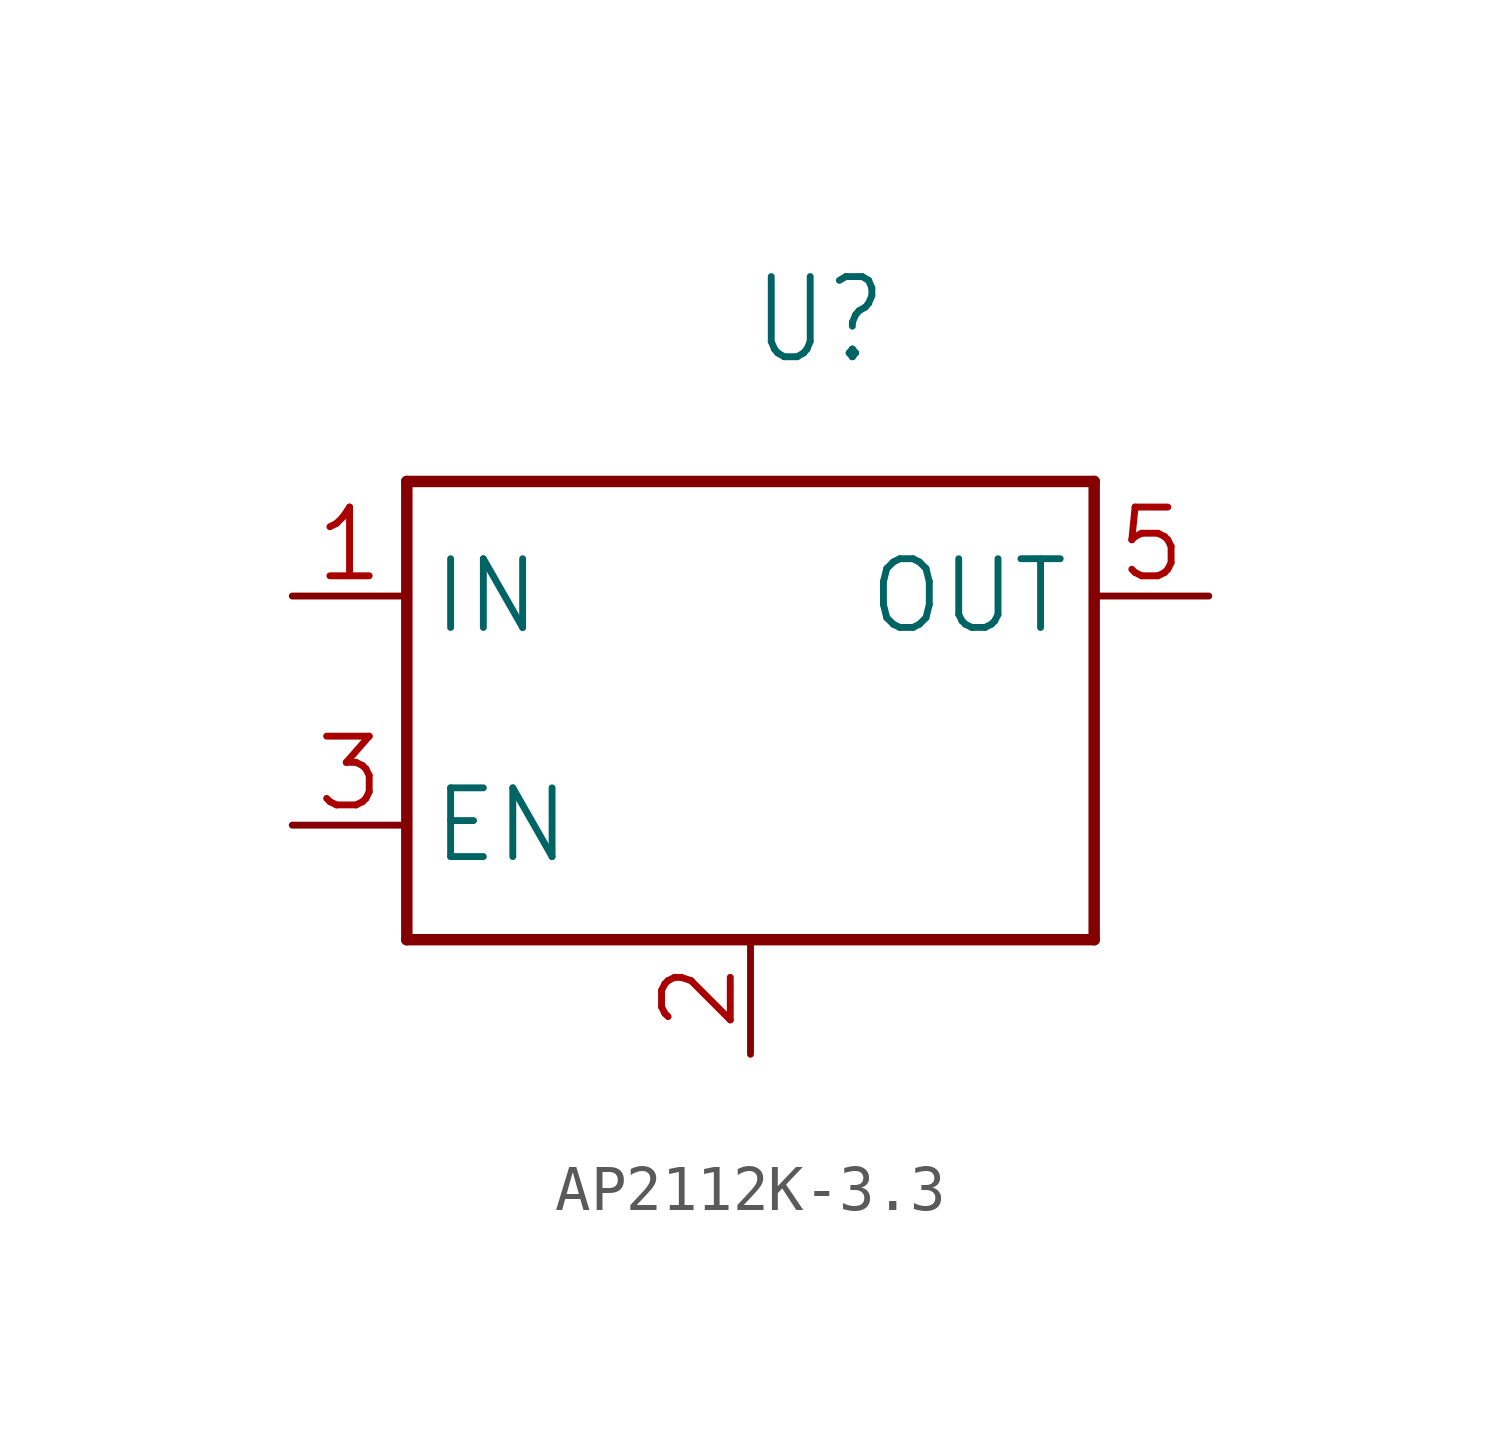
<source format=kicad_sym>
(kicad_symbol_lib
  (version 20241209)
  (generator "kicad_symbol_editor")
  (generator_version "9.0")
  (symbol "AP2112K-3.3"
    (property "Reference" "U"
      (at 0 7.62 0)
      (effects (font (size 1.778 1.511)) (justify left bottom)))
    (property "Value" ""
      (at 1.27 -7.62 0)
      (effects (font (size 1.778 1.511)) (justify left bottom)))
    (property "ki_locked" ""
      (at 0 0 0)
      (effects (font (size 1.27 1.27))))
    (symbol "AP2112K-3.3_1_0"
      (polyline (pts (xy -7.62 5.08) (xy 7.62 5.08)) (stroke (width 0.254) (type solid)) (fill (type none)))
      (polyline (pts (xy -7.62 -5.08) (xy -7.62 5.08)) (stroke (width 0.254) (type solid)) (fill (type none)))
      (polyline (pts (xy 7.62 5.08) (xy 7.62 -5.08)) (stroke (width 0.254) (type solid)) (fill (type none)))
      (polyline (pts (xy 7.62 -5.08) (xy -7.62 -5.08)) (stroke (width 0.254) (type solid)) (fill (type none)))
      (pin power_in line (at -10.16 2.54 0) (length 2.54) (name "IN" (effects (font (size 1.524 1.524)))) (number "1" (effects (font (size 1.524 1.524)))))
      (pin input line (at -10.16 -2.54 0) (length 2.54) (name "EN" (effects (font (size 1.524 1.524)))) (number "3" (effects (font (size 1.524 1.524)))))
      (pin power_in line (at 0 -7.62 90) (length 2.54) (name "GND/ADJ" (effects (font (size 0 0)))) (number "2" (effects (font (size 1.524 1.524)))))
      (pin power_in line (at 10.16 2.54 180) (length 2.54) (name "OUT" (effects (font (size 1.524 1.524)))) (number "5" (effects (font (size 1.524 1.524))))))))
</source>
